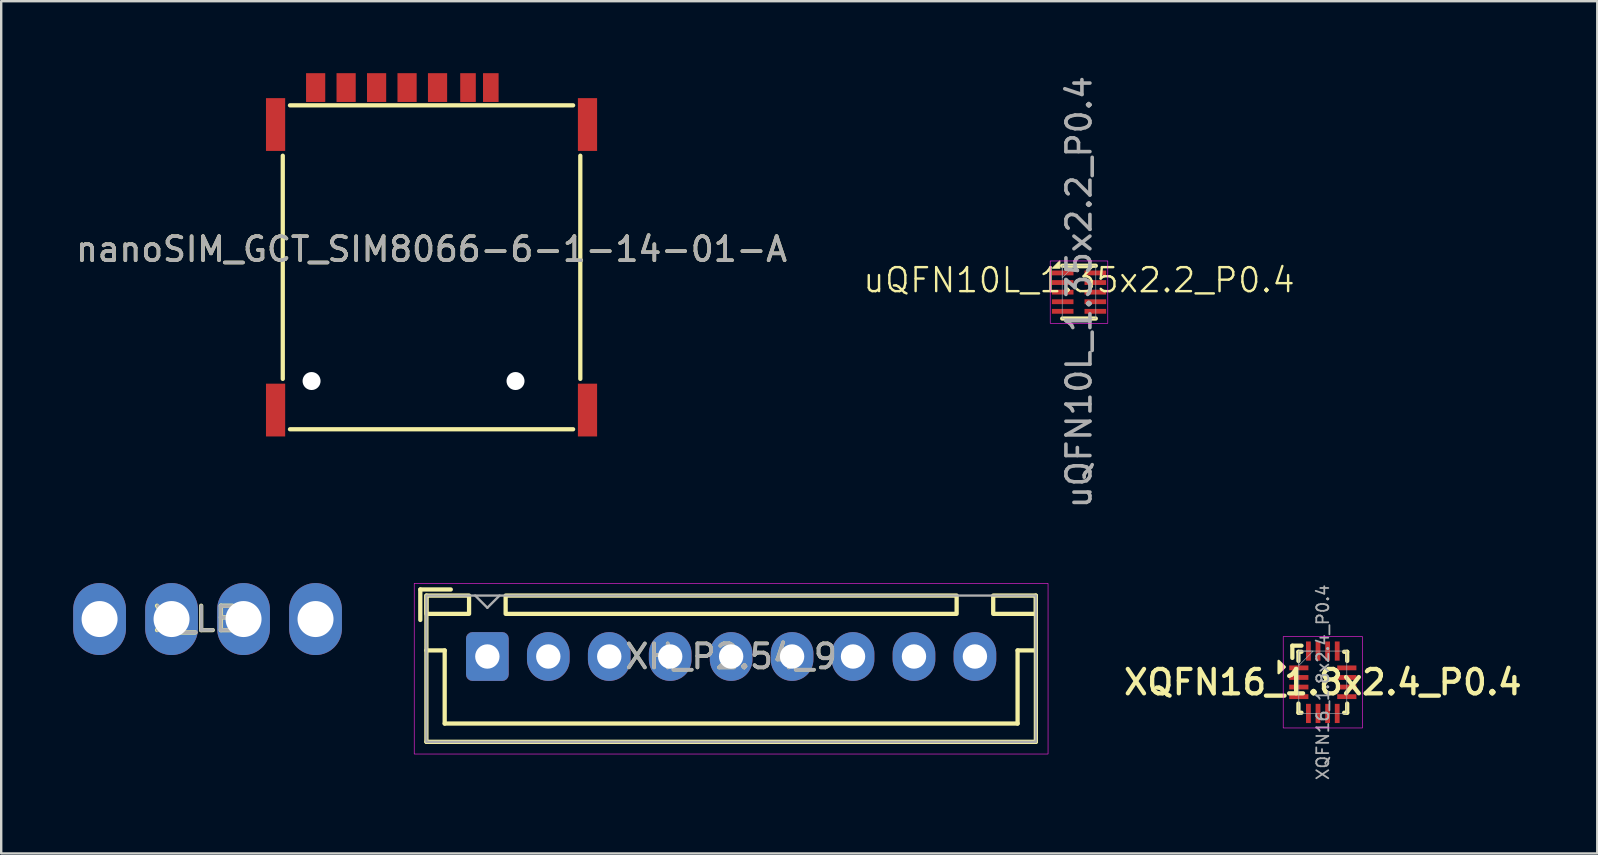
<source format=kicad_pcb>
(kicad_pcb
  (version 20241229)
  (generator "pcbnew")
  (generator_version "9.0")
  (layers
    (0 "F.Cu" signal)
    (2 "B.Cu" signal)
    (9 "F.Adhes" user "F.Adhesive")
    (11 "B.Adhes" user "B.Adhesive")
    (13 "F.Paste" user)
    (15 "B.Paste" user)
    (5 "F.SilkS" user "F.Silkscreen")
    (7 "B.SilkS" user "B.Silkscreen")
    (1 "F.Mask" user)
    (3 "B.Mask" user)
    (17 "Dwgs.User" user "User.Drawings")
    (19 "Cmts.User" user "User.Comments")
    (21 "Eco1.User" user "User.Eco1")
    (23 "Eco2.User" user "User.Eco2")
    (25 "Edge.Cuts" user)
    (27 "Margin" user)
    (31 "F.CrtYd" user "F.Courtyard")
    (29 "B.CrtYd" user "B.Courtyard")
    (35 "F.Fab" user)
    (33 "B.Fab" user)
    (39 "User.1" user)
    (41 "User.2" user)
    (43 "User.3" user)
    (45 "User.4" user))
  (footprint "nanoSIM_GCT_SIM8066-6-1-14-01-A"
    (layer "F.Cu")
    (at 14.935 7.34)
    (property "Reference" "nanoSIM_GCT_SIM8066-6-1-14-01-A" (at 0 0 0) (layer "F.SilkS") (effects (font (size 1 1) (thickness 0.15))))
    (attr smd)
    (fp_line (start -6.2 -3.9) (end -6.2 5.4) (stroke (width 0.178) (type solid)) (layer "F.SilkS"))
    (fp_line (start -5.9 7.5) (end 5.9 7.5) (stroke (width 0.178) (type solid)) (layer "F.SilkS"))
    (fp_line (start 5.9 -6) (end -5.9 -6) (stroke (width 0.178) (type solid)) (layer "F.SilkS"))
    (fp_line (start 6.2 5.4) (end 6.2 -3.9) (stroke (width 0.178) (type solid)) (layer "F.SilkS"))
    (fp_circle (center -5 5.49) (end -4.85 5.49) (stroke (width 0.3) (type solid)) (fill no) (layer "Cmts.User"))
    (fp_circle (center 3.5 5.49) (end 3.65 5.49) (stroke (width 0.3) (type solid)) (fill no) (layer "Cmts.User"))
    (fp_text user "${REFERENCE}" (at 0 0 0) (layer "F.Fab") (effects (font (size 1 1) (thickness 0.15))))
    (pad "" np_thru_hole circle (at -5 5.49) (size 0.75 0.75) (drill 0.75) (layers "*.Cu" "*.Mask"))
    (pad "" np_thru_hole circle (at 3.5 5.49) (size 0.75 0.75) (drill 0.75) (layers "*.Cu" "*.Mask"))
    (pad "C1" smd rect (at 0.25 -6.74) (size 0.8 1.2) (layers "F.Cu" "F.Mask" "F.Paste"))
    (pad "C2" smd rect (at -2.29 -6.74) (size 0.8 1.2) (layers "F.Cu" "F.Mask" "F.Paste"))
    (pad "C3" smd rect (at -4.83 -6.74) (size 0.8 1.2) (layers "F.Cu" "F.Mask" "F.Paste"))
    (pad "C5" smd rect (at 1.52 -6.74) (size 0.65 1.2) (layers "F.Cu" "F.Mask" "F.Paste"))
    (pad "C6" smd rect (at -1.02 -6.74) (size 0.8 1.2) (layers "F.Cu" "F.Mask" "F.Paste"))
    (pad "C7" smd rect (at -3.56 -6.74) (size 0.8 1.2) (layers "F.Cu" "F.Mask" "F.Paste"))
    (pad "CD" smd rect (at 2.47 -6.74) (size 0.65 1.2) (layers "F.Cu" "F.Mask" "F.Paste"))
    (pad "SH" smd rect (at -6.5 -5.2) (size 0.8 2.2) (layers "F.Cu" "F.Mask" "F.Paste"))
    (pad "SH" smd rect (at -6.5 6.7) (size 0.8 2.2) (layers "F.Cu" "F.Mask" "F.Paste"))
    (pad "SH" smd rect (at 6.5 -5.2) (size 0.8 2.2) (layers "F.Cu" "F.Mask" "F.Paste"))
    (pad "SH" smd rect (at 6.5 6.7) (size 0.8 2.2) (layers "F.Cu" "F.Mask" "F.Paste")))
  (footprint "X_LED"
    (layer "F.Cu")
    (at 5.6 22.75)
    (property "Reference" "X_LED" (at 0 0 0) (layer "F.SilkS") (effects (font (size 1.016 1.016) (thickness 0.178))))
    (attr through_hole)
    (fp_text user "${REFERENCE}" (at 0 0 0) (layer "F.Fab") (effects (font (size 1 1) (thickness 0.15))))
    (pad "1" thru_hole oval (at -4.5 0) (size 2.2 3) (drill 1.5) (layers "*.Cu" "*.Mask"))
    (pad "2" thru_hole oval (at -1.5 0) (size 2.2 3) (drill 1.5) (layers "*.Cu" "*.Mask"))
    (pad "3" thru_hole oval (at 1.5 0) (size 2.2 3) (drill 1.5) (layers "*.Cu" "*.Mask"))
    (pad "4" thru_hole oval (at 4.5 0) (size 2.2 3) (drill 1.5) (layers "*.Cu" "*.Mask")))
  (footprint "XQFN16_1.8x2.4_P0.4"
    (layer "F.Cu")
    (at 52.08 25.384)
    (property "Reference" "XQFN16_1.8x2.4_P0.4" (at 0 0 0) (layer "F.SilkS") (effects (font (size 1.016 1.016) (thickness 0.178))))
    (attr smd)
    (fp_line (start -1.27 -1.524) (end -0.889 -1.524) (stroke (width 0.178) (type solid)) (layer "F.SilkS"))
    (fp_line (start -1.27 -1.016) (end -1.27 -1.524) (stroke (width 0.178) (type solid)) (layer "F.SilkS"))
    (fp_line (start -1.016 -1.27) (end -0.889 -1.27) (stroke (width 0.178) (type solid)) (layer "F.SilkS"))
    (fp_line (start -1.016 -0.889) (end -1.016 -1.27) (stroke (width 0.178) (type solid)) (layer "F.SilkS"))
    (fp_line (start -1.016 0.889) (end -1.016 1.27) (stroke (width 0.178) (type solid)) (layer "F.SilkS"))
    (fp_line (start -1.016 1.27) (end -0.889 1.27) (stroke (width 0.178) (type solid)) (layer "F.SilkS"))
    (fp_line (start 0.889 1.27) (end 1.016 1.27) (stroke (width 0.178) (type solid)) (layer "F.SilkS"))
    (fp_line (start 1.016 -1.27) (end 0.889 -1.27) (stroke (width 0.178) (type solid)) (layer "F.SilkS"))
    (fp_line (start 1.016 -0.889) (end 1.016 -1.27) (stroke (width 0.178) (type solid)) (layer "F.SilkS"))
    (fp_line (start 1.016 1.27) (end 1.016 0.889) (stroke (width 0.178) (type solid)) (layer "F.SilkS"))
    (fp_poly (pts (xy -1.587 -0.635) (xy -1.841 -0.381) (xy -1.841 -0.889)) (stroke (width 0.1) (type solid)) (fill yes) (layer "F.SilkS"))
    (fp_rect (start -1.651 -1.905) (end 1.651 1.905) (stroke (width 0.025) (type solid)) (fill no) (layer "F.CrtYd"))
    (fp_rect (start -1 -1.3) (end 1 1.3) (stroke (width 0.025) (type solid)) (fill no) (layer "F.Fab"))
    (fp_poly (pts (xy -1 -1.3) (xy -1 -0.7) (xy -0.4 -1.3)) (stroke (width 0.025) (type solid)) (fill no) (layer "F.Fab"))
    (fp_text user "${REFERENCE}" (at 0 0 90) (layer "F.Fab") (effects (font (size 0.5 0.5) (thickness 0.075))))
    (pad "1" smd rect (at -1 -0.6) (size 0.8 0.2) (layers "F.Cu" "F.Mask" "F.Paste"))
    (pad "2" smd rect (at -1 -0.2) (size 0.8 0.2) (layers "F.Cu" "F.Mask" "F.Paste"))
    (pad "3" smd rect (at -1 0.2) (size 0.8 0.2) (layers "F.Cu" "F.Mask" "F.Paste"))
    (pad "4" smd rect (at -1 0.6) (size 0.8 0.2) (layers "F.Cu" "F.Mask" "F.Paste"))
    (pad "5" smd rect (at -0.6 1.3) (size 0.2 0.8) (layers "F.Cu" "F.Mask" "F.Paste"))
    (pad "6" smd rect (at -0.2 1.3) (size 0.2 0.8) (layers "F.Cu" "F.Mask" "F.Paste"))
    (pad "7" smd rect (at 0.2 1.3) (size 0.2 0.8) (layers "F.Cu" "F.Mask" "F.Paste"))
    (pad "8" smd rect (at 0.6 1.3) (size 0.2 0.8) (layers "F.Cu" "F.Mask" "F.Paste"))
    (pad "9" smd rect (at 1 0.6) (size 0.8 0.2) (layers "F.Cu" "F.Mask" "F.Paste"))
    (pad "10" smd rect (at 1 0.2) (size 0.8 0.2) (layers "F.Cu" "F.Mask" "F.Paste"))
    (pad "11" smd rect (at 1 -0.2) (size 0.8 0.2) (layers "F.Cu" "F.Mask" "F.Paste"))
    (pad "12" smd rect (at 1 -0.6) (size 0.8 0.2) (layers "F.Cu" "F.Mask" "F.Paste"))
    (pad "13" smd rect (at 0.6 -1.3) (size 0.2 0.8) (layers "F.Cu" "F.Mask" "F.Paste"))
    (pad "14" smd rect (at 0.2 -1.3) (size 0.2 0.8) (layers "F.Cu" "F.Mask" "F.Paste"))
    (pad "15" smd rect (at -0.2 -1.3) (size 0.2 0.8) (layers "F.Cu" "F.Mask" "F.Paste"))
    (pad "16" smd rect (at -0.6 -1.3) (size 0.2 0.8) (layers "F.Cu" "F.Mask" "F.Paste")))
  (footprint "XH_P2.54_9"
    (layer "F.Cu")
    (at 27.421 24.311)
    (property "Reference" "XH_P2.54_9" (at 0 0 0) (layer "F.SilkS") (effects (font (size 1 1) (thickness 0.15))))
    (attr through_hole)
    (fp_line (start -12.954 -2.794) (end -11.684 -2.794) (stroke (width 0.178) (type solid)) (layer "F.SilkS"))
    (fp_line (start -12.954 -1.524) (end -12.954 -2.794) (stroke (width 0.178) (type solid)) (layer "F.SilkS"))
    (fp_line (start -12.7 -2.54) (end -12.7 3.556) (stroke (width 0.178) (type solid)) (layer "F.SilkS"))
    (fp_line (start -12.7 -0.254) (end -11.938 -0.254) (stroke (width 0.178) (type solid)) (layer "F.SilkS"))
    (fp_line (start -12.7 3.556) (end 12.7 3.556) (stroke (width 0.178) (type solid)) (layer "F.SilkS"))
    (fp_line (start -11.938 -0.254) (end -11.938 2.794) (stroke (width 0.178) (type solid)) (layer "F.SilkS"))
    (fp_line (start -11.938 2.794) (end 11.938 2.794) (stroke (width 0.178) (type solid)) (layer "F.SilkS"))
    (fp_line (start 11.938 -0.254) (end 11.938 2.794) (stroke (width 0.178) (type solid)) (layer "F.SilkS"))
    (fp_line (start 11.938 -0.254) (end 12.7 -0.254) (stroke (width 0.178) (type solid)) (layer "F.SilkS"))
    (fp_line (start 12.7 -2.54) (end 12.7 3.556) (stroke (width 0.178) (type solid)) (layer "F.SilkS"))
    (fp_rect (start -10.922 -1.778) (end -12.7 -2.54) (stroke (width 0.178) (type solid)) (fill no) (layer "F.SilkS"))
    (fp_rect (start -9.398 -2.54) (end 9.398 -1.778) (stroke (width 0.178) (type solid)) (fill no) (layer "F.SilkS"))
    (fp_rect (start 10.922 -2.54) (end 12.7 -1.778) (stroke (width 0.178) (type solid)) (fill no) (layer "F.SilkS"))
    (fp_rect (start -13.208 -3.048) (end 13.208 4.064) (stroke (width 0.025) (type solid)) (fill no) (layer "F.CrtYd"))
    (fp_line (start -10.668 -2.54) (end -10.16 -2.032) (stroke (width 0.1) (type solid)) (layer "F.Fab"))
    (fp_line (start -9.652 -2.54) (end -10.16 -2.032) (stroke (width 0.1) (type solid)) (layer "F.Fab"))
    (fp_rect (start -12.7 -2.54) (end 12.7 3.556) (stroke (width 0.1) (type solid)) (fill no) (layer "F.Fab"))
    (fp_text user "${REFERENCE}" (at 0 0 0) (layer "F.Fab") (effects (font (size 1 1) (thickness 0.15))))
    (pad "1" thru_hole roundrect (at -10.16 0) (size 1.778 2.032) (drill 1.016) (layers "*.Cu" "*.Mask") (roundrect_rratio 0.15))
    (pad "2" thru_hole oval (at -7.62 0) (size 1.778 2.032) (drill 1.016) (layers "*.Cu" "*.Mask"))
    (pad "3" thru_hole oval (at -5.08 0) (size 1.778 2.032) (drill 1.016) (layers "*.Cu" "*.Mask"))
    (pad "4" thru_hole oval (at -2.54 0) (size 1.778 2.032) (drill 1.016) (layers "*.Cu" "*.Mask"))
    (pad "5" thru_hole oval (at 0 0) (size 1.778 2.032) (drill 1.016) (layers "*.Cu" "*.Mask"))
    (pad "6" thru_hole oval (at 2.54 0) (size 1.778 2.032) (drill 1.016) (layers "*.Cu" "*.Mask"))
    (pad "7" thru_hole oval (at 5.08 0) (size 1.778 2.032) (drill 1.016) (layers "*.Cu" "*.Mask"))
    (pad "8" thru_hole oval (at 7.62 0) (size 1.778 2.032) (drill 1.016) (layers "*.Cu" "*.Mask"))
    (pad "9" thru_hole oval (at 10.16 0) (size 1.778 2.032) (drill 1.016) (layers "*.Cu" "*.Mask")))
  (footprint "uQFN10L_1.35x2.2_P0.4"
    (layer "F.Cu")
    (at 41.919 9.125)
    (property "Reference" "uQFN10L_1.35x2.2_P0.4" (at 0 -0.5 0) (unlocked yes) (layer "F.SilkS") (effects (font (size 1 1) (thickness 0.1))))
    (attr smd)
    (fp_line (start -0.7 -1.1) (end 0.7 -1.1) (stroke (width 0.178) (type solid)) (layer "F.SilkS"))
    (fp_line (start -0.7 1.1) (end 0.7 1.1) (stroke (width 0.178) (type solid)) (layer "F.SilkS"))
    (fp_poly (pts (xy -1.1 -1) (xy -0.8 -1) (xy -0.8 -1.3)) (stroke (width 0.05) (type solid)) (fill yes) (layer "F.SilkS"))
    (fp_rect (start -1.2 -1.3) (end 1.2 1.3) (stroke (width 0.025) (type solid)) (fill no) (layer "F.CrtYd"))
    (fp_rect (start -0.7 -1.1) (end 0.7 1.1) (stroke (width 0.025) (type solid)) (fill no) (layer "F.Fab"))
    (fp_poly (pts (xy -0.7 -1.1) (xy -0.7 -0.6) (xy -0.2 -1.1)) (stroke (width 0.025) (type solid)) (fill no) (layer "F.Fab"))
    (fp_text user "${REFERENCE}" (at 0 0 90) (unlocked yes) (layer "F.Fab") (effects (font (size 1 1) (thickness 0.15))))
    (pad "1" smd rect (at -0.68 -0.8) (size 0.9 0.2) (layers "F.Cu" "F.Mask" "F.Paste"))
    (pad "2" smd rect (at -0.68 -0.4) (size 0.9 0.2) (layers "F.Cu" "F.Mask" "F.Paste"))
    (pad "3" smd rect (at -0.68 0) (size 0.9 0.2) (layers "F.Cu" "F.Mask" "F.Paste"))
    (pad "4" smd rect (at -0.68 0.4) (size 0.9 0.2) (layers "F.Cu" "F.Mask" "F.Paste"))
    (pad "5" smd rect (at -0.68 0.8) (size 0.9 0.2) (layers "F.Cu" "F.Mask" "F.Paste"))
    (pad "6" smd rect (at 0.68 0.8) (size 0.9 0.2) (layers "F.Cu" "F.Mask" "F.Paste"))
    (pad "7" smd rect (at 0.68 0.4) (size 0.9 0.2) (layers "F.Cu" "F.Mask" "F.Paste"))
    (pad "8" smd rect (at 0.68 0) (size 0.9 0.2) (layers "F.Cu" "F.Mask" "F.Paste"))
    (pad "9" smd rect (at 0.68 -0.4) (size 0.9 0.2) (layers "F.Cu" "F.Mask" "F.Paste"))
    (pad "10" smd rect (at 0.68 -0.8) (size 0.9 0.2) (layers "F.Cu" "F.Mask" "F.Paste")))
  (gr_rect
    (start -3 -3)
    (end 63.518 32.518)
    (stroke (width 0.1) (type default))
    (fill no)
    (layer "Edge.Cuts")))
</source>
